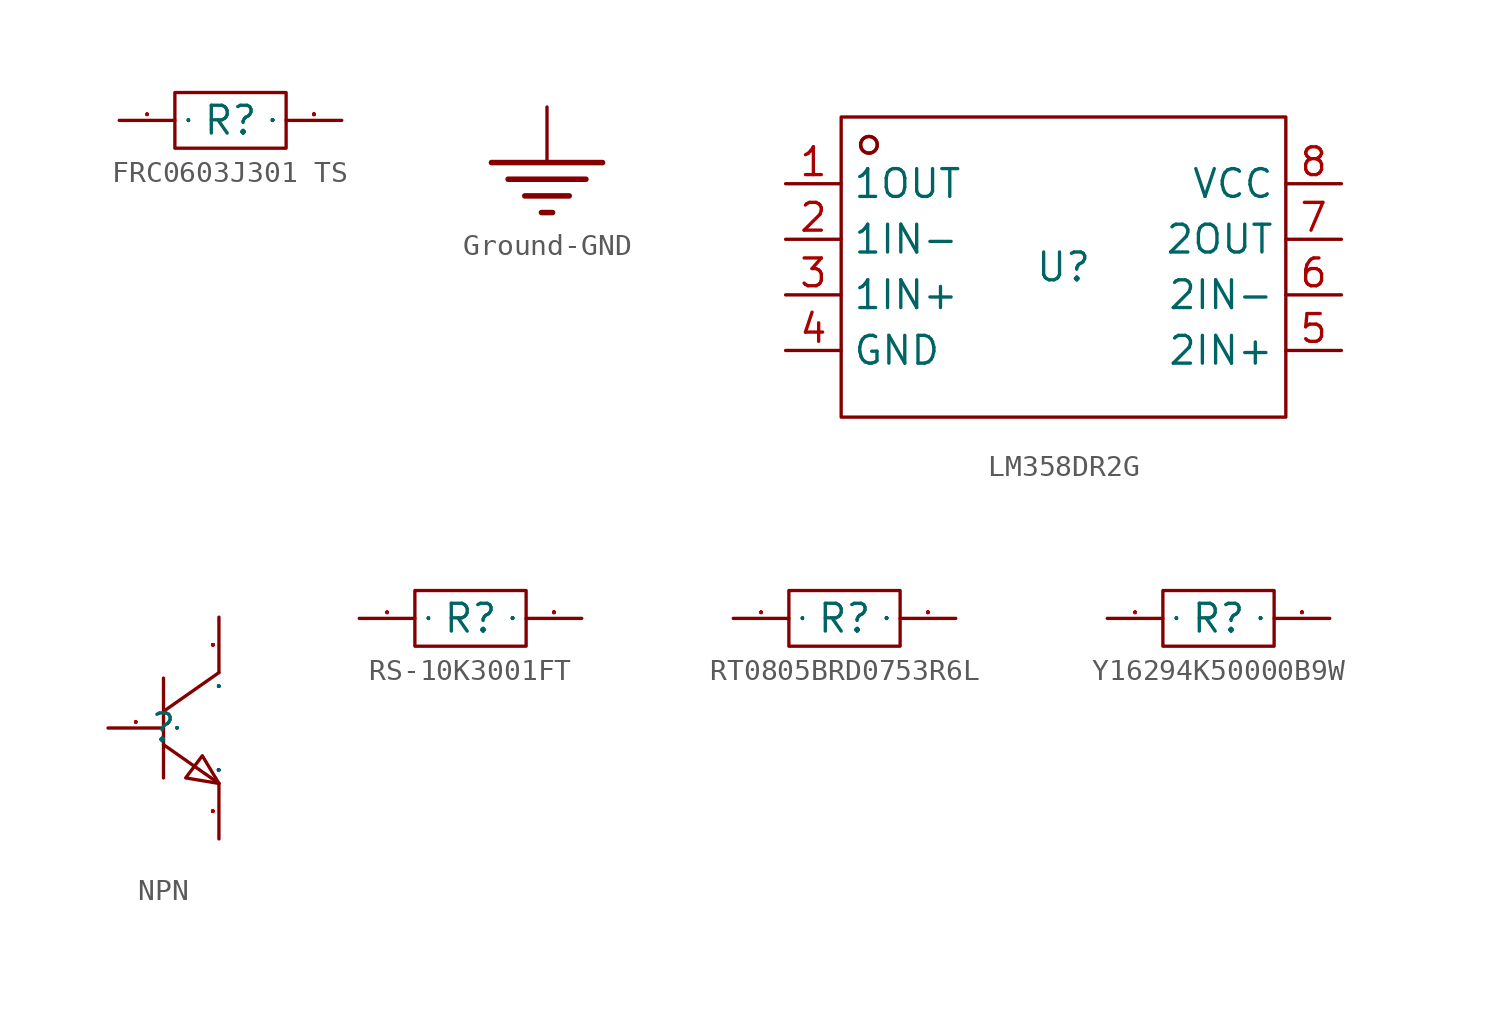
<source format=kicad_sym>
(kicad_symbol_lib
  (version 20231120)
  (generator "kicad_symbol_editor")
  (generator_version "8.0")
  (symbol "FRC0603J301 TS"
    (property "Reference" "R"
      (at 0 0 0)
      (effects (font (size 1.27 1.27))))
    (symbol "FRC0603J301 TS_1_0"
      (rectangle (start -2.54 -1.27) (end 2.54 1.27) (stroke (width 0) (type default)) (fill (type none)))
      (pin unspecified line (at -5.08 0 0) (length 2.54) (name "1" (effects (font (size 0.025 0.025)))) (number "1" (effects (font (size 0.025 0.025)))))
      (pin unspecified line (at 5.08 0 180) (length 2.54) (name "2" (effects (font (size 0.025 0.025)))) (number "2" (effects (font (size 0.025 0.025)))))))
  (symbol "Ground-GND"
    (power)
    (pin_numbers hide)
    (pin_names hide)
    (property "Reference" "#PWR"
      (at 0 0 0)
      (effects (font (size 1.27 1.27)) (hide yes)))
    (symbol "Ground-GND_1_0"
      (polyline (pts (xy -2.54 -2.54) (xy 2.54 -2.54)) (stroke (width 0.254) (type default)) (fill (type none)))
      (polyline (pts (xy -1.778 -3.302) (xy 1.778 -3.302)) (stroke (width 0.254) (type default)) (fill (type none)))
      (polyline (pts (xy -1.016 -4.064) (xy 1.016 -4.064)) (stroke (width 0.254) (type default)) (fill (type none)))
      (polyline (pts (xy -0.254 -4.826) (xy 0.254 -4.826)) (stroke (width 0.254) (type default)) (fill (type none)))
      (pin power_in line (at 0 0 270) (length 2.54) (name "" (effects (font (size 1.27 1.27)))) (number "1" (effects (font (size 0.025 0.025)))))))
  (symbol "LM358DR2G"
    (property "Reference" "U"
      (at 0 0 0)
      (effects (font (size 1.27 1.27))))
    (property "Value" ""
      (at 0 0 0)
      (effects (font (size 1.27 1.27))))
    (symbol "LM358DR2G_1_0"
      (rectangle (start -10.16 -6.858) (end 10.16 6.858) (stroke (width 0) (type default)) (fill (type none)))
      (circle (center -8.89 5.588) (radius 0.381) (stroke (width 0) (type default)) (fill (type none)))
      (circle (center -8.89 5.588) (radius 0.381) (stroke (width 0) (type default)) (fill (type none)))
      (pin unspecified line (at -12.7 3.81 0) (length 2.54) (name "1OUT" (effects (font (size 1.27 1.27)))) (number "1" (effects (font (size 1.27 1.27)))))
      (pin unspecified line (at -12.7 1.27 0) (length 2.54) (name "1IN-" (effects (font (size 1.27 1.27)))) (number "2" (effects (font (size 1.27 1.27)))))
      (pin unspecified line (at -12.7 -1.27 0) (length 2.54) (name "1IN+" (effects (font (size 1.27 1.27)))) (number "3" (effects (font (size 1.27 1.27)))))
      (pin unspecified line (at -12.7 -3.81 0) (length 2.54) (name "GND" (effects (font (size 1.27 1.27)))) (number "4" (effects (font (size 1.27 1.27)))))
      (pin unspecified line (at 12.7 -3.81 180) (length 2.54) (name "2IN+" (effects (font (size 1.27 1.27)))) (number "5" (effects (font (size 1.27 1.27)))))
      (pin unspecified line (at 12.7 -1.27 180) (length 2.54) (name "2IN-" (effects (font (size 1.27 1.27)))) (number "6" (effects (font (size 1.27 1.27)))))
      (pin unspecified line (at 12.7 1.27 180) (length 2.54) (name "2OUT" (effects (font (size 1.27 1.27)))) (number "7" (effects (font (size 1.27 1.27)))))
      (pin unspecified line (at 12.7 3.81 180) (length 2.54) (name "VCC" (effects (font (size 1.27 1.27)))) (number "8" (effects (font (size 1.27 1.27)))))))
  (symbol "NPN"
    (property "Reference" ""
      (at 0 0 0)
      (effects (font (size 1.27 1.27))))
    (property "Value" ""
      (at 0 0 0)
      (effects (font (size 1.27 1.27))))
    (symbol "NPN_1_0"
      (polyline (pts (xy 0 -0.762) (xy 2.54 -2.54)) (stroke (width 0) (type default)) (fill (type none)))
      (polyline (pts (xy 0 2.286) (xy 0 -2.286)) (stroke (width 0) (type default)) (fill (type none)))
      (polyline (pts (xy 2.54 2.54) (xy 0 0.762)) (stroke (width 0) (type default)) (fill (type none)))
      (polyline (pts (xy 2.54 -2.54) (xy 1.778 -1.27) (xy 1.016 -2.286) (xy 2.54 -2.54)) (stroke (width 0) (type default)) (fill (type none)))
      (pin unspecified line (at -2.54 0 0) (length 2.54) (name "1" (effects (font (size 0.025 0.025)))) (number "1" (effects (font (size 0.025 0.025)))))
      (pin unspecified line (at 2.54 -5.08 90) (length 2.54) (name "2" (effects (font (size 0.025 0.025)))) (number "2" (effects (font (size 0.025 0.025)))))
      (pin unspecified line (at 2.54 5.08 270) (length 2.54) (name "3" (effects (font (size 0.025 0.025)))) (number "3" (effects (font (size 0.025 0.025)))))))
  (symbol "RS-10K3001FT"
    (property "Reference" "R"
      (at 0 0 0)
      (effects (font (size 1.27 1.27))))
    (symbol "RS-10K3001FT_1_0"
      (rectangle (start -2.54 -1.27) (end 2.54 1.27) (stroke (width 0) (type default)) (fill (type none)))
      (pin unspecified line (at -5.08 0 0) (length 2.54) (name "1" (effects (font (size 0.025 0.025)))) (number "1" (effects (font (size 0.025 0.025)))))
      (pin unspecified line (at 5.08 0 180) (length 2.54) (name "2" (effects (font (size 0.025 0.025)))) (number "2" (effects (font (size 0.025 0.025)))))))
  (symbol "RT0805BRD0753R6L"
    (property "Reference" "R"
      (at 0 0 0)
      (effects (font (size 1.27 1.27))))
    (symbol "RT0805BRD0753R6L_1_0"
      (rectangle (start -2.54 1.27) (end 2.54 -1.27) (stroke (width 0) (type default)) (fill (type none)))
      (pin unspecified line (at -5.08 0 0) (length 2.54) (name "1" (effects (font (size 0.025 0.025)))) (number "1" (effects (font (size 0.025 0.025)))))
      (pin unspecified line (at 5.08 0 180) (length 2.54) (name "2" (effects (font (size 0.025 0.025)))) (number "2" (effects (font (size 0.025 0.025)))))))
  (symbol "Y16294K50000B9W"
    (property "Reference" "R"
      (at 0 0 0)
      (effects (font (size 1.27 1.27))))
    (symbol "Y16294K50000B9W_1_0"
      (rectangle (start -2.54 -1.27) (end 2.54 1.27) (stroke (width 0) (type default)) (fill (type none)))
      (pin unspecified line (at -5.08 0 0) (length 2.54) (name "1" (effects (font (size 0.025 0.025)))) (number "1" (effects (font (size 0.025 0.025)))))
      (pin unspecified line (at 5.08 0 180) (length 2.54) (name "2" (effects (font (size 0.025 0.025)))) (number "2" (effects (font (size 0.025 0.025))))))))
</source>
